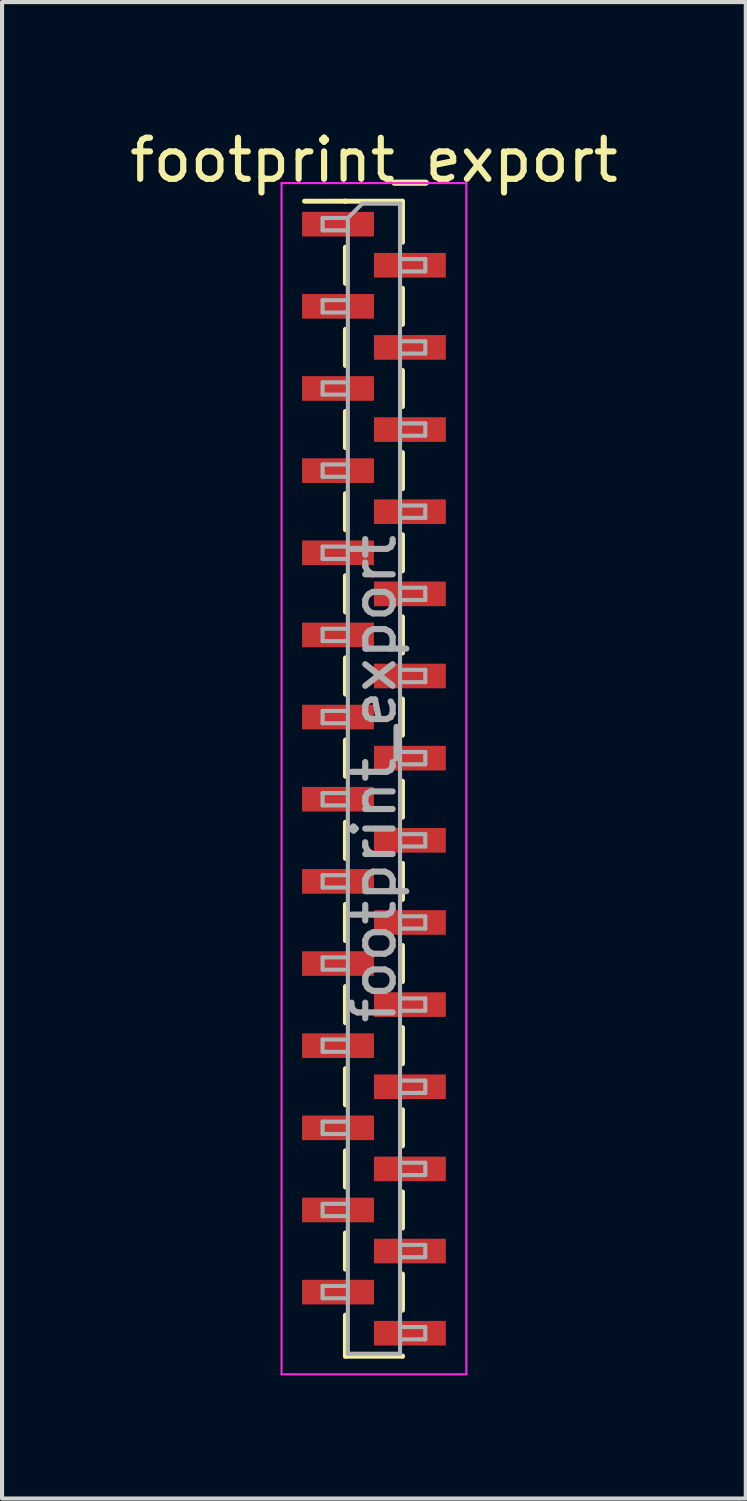
<source format=kicad_pcb>
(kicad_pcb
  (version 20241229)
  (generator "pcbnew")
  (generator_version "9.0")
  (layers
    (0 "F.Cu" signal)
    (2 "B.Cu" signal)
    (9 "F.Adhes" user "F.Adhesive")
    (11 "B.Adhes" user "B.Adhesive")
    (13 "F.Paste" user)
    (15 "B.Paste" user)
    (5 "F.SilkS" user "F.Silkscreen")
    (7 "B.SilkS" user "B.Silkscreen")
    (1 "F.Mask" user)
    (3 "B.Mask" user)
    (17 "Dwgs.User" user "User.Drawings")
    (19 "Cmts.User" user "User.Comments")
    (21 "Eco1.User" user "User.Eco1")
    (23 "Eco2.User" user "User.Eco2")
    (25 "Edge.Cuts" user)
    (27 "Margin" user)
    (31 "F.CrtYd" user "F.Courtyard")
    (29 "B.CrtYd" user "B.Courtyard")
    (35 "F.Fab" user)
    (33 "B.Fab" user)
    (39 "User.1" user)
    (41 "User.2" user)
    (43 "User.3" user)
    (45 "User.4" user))
  (footprint "footprint_export"
    (layer "F.Cu")
    (at 6.054 15.908)
    (property "Reference" "footprint_export" (at 0 -15.06 0) (layer "F.SilkS") (effects (font (size 1 1) (thickness 0.15))))
    (attr smd)
    (fp_line (start -0.695 -14.06) (end -1.69 -14.06) (stroke (width 0.12) (type solid)) (layer "F.SilkS"))
    (fp_line (start -0.695 -14.06) (end -0.695 -14.06) (stroke (width 0.12) (type solid)) (layer "F.SilkS"))
    (fp_line (start -0.695 -14.06) (end 0.695 -14.06) (stroke (width 0.12) (type solid)) (layer "F.SilkS"))
    (fp_line (start -0.695 -12.94) (end -0.695 -12.06) (stroke (width 0.12) (type solid)) (layer "F.SilkS"))
    (fp_line (start -0.695 -10.94) (end -0.695 -10.06) (stroke (width 0.12) (type solid)) (layer "F.SilkS"))
    (fp_line (start -0.695 -8.94) (end -0.695 -8.06) (stroke (width 0.12) (type solid)) (layer "F.SilkS"))
    (fp_line (start -0.695 -6.94) (end -0.695 -6.06) (stroke (width 0.12) (type solid)) (layer "F.SilkS"))
    (fp_line (start -0.695 -4.94) (end -0.695 -4.06) (stroke (width 0.12) (type solid)) (layer "F.SilkS"))
    (fp_line (start -0.695 -2.94) (end -0.695 -2.06) (stroke (width 0.12) (type solid)) (layer "F.SilkS"))
    (fp_line (start -0.695 -0.94) (end -0.695 -0.06) (stroke (width 0.12) (type solid)) (layer "F.SilkS"))
    (fp_line (start -0.695 1.06) (end -0.695 1.94) (stroke (width 0.12) (type solid)) (layer "F.SilkS"))
    (fp_line (start -0.695 3.06) (end -0.695 3.94) (stroke (width 0.12) (type solid)) (layer "F.SilkS"))
    (fp_line (start -0.695 5.06) (end -0.695 5.94) (stroke (width 0.12) (type solid)) (layer "F.SilkS"))
    (fp_line (start -0.695 7.06) (end -0.695 7.94) (stroke (width 0.12) (type solid)) (layer "F.SilkS"))
    (fp_line (start -0.695 9.06) (end -0.695 9.94) (stroke (width 0.12) (type solid)) (layer "F.SilkS"))
    (fp_line (start -0.695 11.06) (end -0.695 11.94) (stroke (width 0.12) (type solid)) (layer "F.SilkS"))
    (fp_line (start -0.695 13.06) (end -0.695 14.06) (stroke (width 0.12) (type solid)) (layer "F.SilkS"))
    (fp_line (start -0.695 14.06) (end 0.695 14.06) (stroke (width 0.12) (type solid)) (layer "F.SilkS"))
    (fp_line (start 0.695 -14.06) (end 0.695 -13.06) (stroke (width 0.12) (type solid)) (layer "F.SilkS"))
    (fp_line (start 0.695 -11.94) (end 0.695 -11.06) (stroke (width 0.12) (type solid)) (layer "F.SilkS"))
    (fp_line (start 0.695 -9.94) (end 0.695 -9.06) (stroke (width 0.12) (type solid)) (layer "F.SilkS"))
    (fp_line (start 0.695 -7.94) (end 0.695 -7.06) (stroke (width 0.12) (type solid)) (layer "F.SilkS"))
    (fp_line (start 0.695 -5.94) (end 0.695 -5.06) (stroke (width 0.12) (type solid)) (layer "F.SilkS"))
    (fp_line (start 0.695 -3.94) (end 0.695 -3.06) (stroke (width 0.12) (type solid)) (layer "F.SilkS"))
    (fp_line (start 0.695 -1.94) (end 0.695 -1.06) (stroke (width 0.12) (type solid)) (layer "F.SilkS"))
    (fp_line (start 0.695 0.06) (end 0.695 0.94) (stroke (width 0.12) (type solid)) (layer "F.SilkS"))
    (fp_line (start 0.695 2.06) (end 0.695 2.94) (stroke (width 0.12) (type solid)) (layer "F.SilkS"))
    (fp_line (start 0.695 4.06) (end 0.695 4.94) (stroke (width 0.12) (type solid)) (layer "F.SilkS"))
    (fp_line (start 0.695 6.06) (end 0.695 6.94) (stroke (width 0.12) (type solid)) (layer "F.SilkS"))
    (fp_line (start 0.695 8.06) (end 0.695 8.94) (stroke (width 0.12) (type solid)) (layer "F.SilkS"))
    (fp_line (start 0.695 10.06) (end 0.695 10.94) (stroke (width 0.12) (type solid)) (layer "F.SilkS"))
    (fp_line (start 0.695 12.06) (end 0.695 12.94) (stroke (width 0.12) (type solid)) (layer "F.SilkS"))
    (fp_line (start 0.695 14.06) (end 0.695 14.06) (stroke (width 0.12) (type solid)) (layer "F.SilkS"))
    (fp_line (start -2.25 -14.5) (end -2.25 14.5) (stroke (width 0.05) (type solid)) (layer "F.CrtYd"))
    (fp_line (start -2.25 14.5) (end 2.25 14.5) (stroke (width 0.05) (type solid)) (layer "F.CrtYd"))
    (fp_line (start 2.25 -14.5) (end -2.25 -14.5) (stroke (width 0.05) (type solid)) (layer "F.CrtYd"))
    (fp_line (start 2.25 14.5) (end 2.25 -14.5) (stroke (width 0.05) (type solid)) (layer "F.CrtYd"))
    (fp_line (start -1.25 -13.65) (end -1.25 -13.35) (stroke (width 0.1) (type solid)) (layer "F.Fab"))
    (fp_line (start -1.25 -13.35) (end -0.635 -13.35) (stroke (width 0.1) (type solid)) (layer "F.Fab"))
    (fp_line (start -1.25 -11.65) (end -1.25 -11.35) (stroke (width 0.1) (type solid)) (layer "F.Fab"))
    (fp_line (start -1.25 -11.35) (end -0.635 -11.35) (stroke (width 0.1) (type solid)) (layer "F.Fab"))
    (fp_line (start -1.25 -9.65) (end -1.25 -9.35) (stroke (width 0.1) (type solid)) (layer "F.Fab"))
    (fp_line (start -1.25 -9.35) (end -0.635 -9.35) (stroke (width 0.1) (type solid)) (layer "F.Fab"))
    (fp_line (start -1.25 -7.65) (end -1.25 -7.35) (stroke (width 0.1) (type solid)) (layer "F.Fab"))
    (fp_line (start -1.25 -7.35) (end -0.635 -7.35) (stroke (width 0.1) (type solid)) (layer "F.Fab"))
    (fp_line (start -1.25 -5.65) (end -1.25 -5.35) (stroke (width 0.1) (type solid)) (layer "F.Fab"))
    (fp_line (start -1.25 -5.35) (end -0.635 -5.35) (stroke (width 0.1) (type solid)) (layer "F.Fab"))
    (fp_line (start -1.25 -3.65) (end -1.25 -3.35) (stroke (width 0.1) (type solid)) (layer "F.Fab"))
    (fp_line (start -1.25 -3.35) (end -0.635 -3.35) (stroke (width 0.1) (type solid)) (layer "F.Fab"))
    (fp_line (start -1.25 -1.65) (end -1.25 -1.35) (stroke (width 0.1) (type solid)) (layer "F.Fab"))
    (fp_line (start -1.25 -1.35) (end -0.635 -1.35) (stroke (width 0.1) (type solid)) (layer "F.Fab"))
    (fp_line (start -1.25 0.35) (end -1.25 0.65) (stroke (width 0.1) (type solid)) (layer "F.Fab"))
    (fp_line (start -1.25 0.65) (end -0.635 0.65) (stroke (width 0.1) (type solid)) (layer "F.Fab"))
    (fp_line (start -1.25 2.35) (end -1.25 2.65) (stroke (width 0.1) (type solid)) (layer "F.Fab"))
    (fp_line (start -1.25 2.65) (end -0.635 2.65) (stroke (width 0.1) (type solid)) (layer "F.Fab"))
    (fp_line (start -1.25 4.35) (end -1.25 4.65) (stroke (width 0.1) (type solid)) (layer "F.Fab"))
    (fp_line (start -1.25 4.65) (end -0.635 4.65) (stroke (width 0.1) (type solid)) (layer "F.Fab"))
    (fp_line (start -1.25 6.35) (end -1.25 6.65) (stroke (width 0.1) (type solid)) (layer "F.Fab"))
    (fp_line (start -1.25 6.65) (end -0.635 6.65) (stroke (width 0.1) (type solid)) (layer "F.Fab"))
    (fp_line (start -1.25 8.35) (end -1.25 8.65) (stroke (width 0.1) (type solid)) (layer "F.Fab"))
    (fp_line (start -1.25 8.65) (end -0.635 8.65) (stroke (width 0.1) (type solid)) (layer "F.Fab"))
    (fp_line (start -1.25 10.35) (end -1.25 10.65) (stroke (width 0.1) (type solid)) (layer "F.Fab"))
    (fp_line (start -1.25 10.65) (end -0.635 10.65) (stroke (width 0.1) (type solid)) (layer "F.Fab"))
    (fp_line (start -1.25 12.35) (end -1.25 12.65) (stroke (width 0.1) (type solid)) (layer "F.Fab"))
    (fp_line (start -1.25 12.65) (end -0.635 12.65) (stroke (width 0.1) (type solid)) (layer "F.Fab"))
    (fp_line (start -0.635 -13.65) (end -1.25 -13.65) (stroke (width 0.1) (type solid)) (layer "F.Fab"))
    (fp_line (start -0.635 -13.65) (end -0.285 -14) (stroke (width 0.1) (type solid)) (layer "F.Fab"))
    (fp_line (start -0.635 -11.65) (end -1.25 -11.65) (stroke (width 0.1) (type solid)) (layer "F.Fab"))
    (fp_line (start -0.635 -9.65) (end -1.25 -9.65) (stroke (width 0.1) (type solid)) (layer "F.Fab"))
    (fp_line (start -0.635 -7.65) (end -1.25 -7.65) (stroke (width 0.1) (type solid)) (layer "F.Fab"))
    (fp_line (start -0.635 -5.65) (end -1.25 -5.65) (stroke (width 0.1) (type solid)) (layer "F.Fab"))
    (fp_line (start -0.635 -3.65) (end -1.25 -3.65) (stroke (width 0.1) (type solid)) (layer "F.Fab"))
    (fp_line (start -0.635 -1.65) (end -1.25 -1.65) (stroke (width 0.1) (type solid)) (layer "F.Fab"))
    (fp_line (start -0.635 0.35) (end -1.25 0.35) (stroke (width 0.1) (type solid)) (layer "F.Fab"))
    (fp_line (start -0.635 2.35) (end -1.25 2.35) (stroke (width 0.1) (type solid)) (layer "F.Fab"))
    (fp_line (start -0.635 4.35) (end -1.25 4.35) (stroke (width 0.1) (type solid)) (layer "F.Fab"))
    (fp_line (start -0.635 6.35) (end -1.25 6.35) (stroke (width 0.1) (type solid)) (layer "F.Fab"))
    (fp_line (start -0.635 8.35) (end -1.25 8.35) (stroke (width 0.1) (type solid)) (layer "F.Fab"))
    (fp_line (start -0.635 10.35) (end -1.25 10.35) (stroke (width 0.1) (type solid)) (layer "F.Fab"))
    (fp_line (start -0.635 12.35) (end -1.25 12.35) (stroke (width 0.1) (type solid)) (layer "F.Fab"))
    (fp_line (start -0.635 14) (end -0.635 -13.65) (stroke (width 0.1) (type solid)) (layer "F.Fab"))
    (fp_line (start -0.285 -14) (end 0.635 -14) (stroke (width 0.1) (type solid)) (layer "F.Fab"))
    (fp_line (start 0.635 -14) (end 0.635 14) (stroke (width 0.1) (type solid)) (layer "F.Fab"))
    (fp_line (start 0.635 -12.65) (end 1.25 -12.65) (stroke (width 0.1) (type solid)) (layer "F.Fab"))
    (fp_line (start 0.635 -10.65) (end 1.25 -10.65) (stroke (width 0.1) (type solid)) (layer "F.Fab"))
    (fp_line (start 0.635 -8.65) (end 1.25 -8.65) (stroke (width 0.1) (type solid)) (layer "F.Fab"))
    (fp_line (start 0.635 -6.65) (end 1.25 -6.65) (stroke (width 0.1) (type solid)) (layer "F.Fab"))
    (fp_line (start 0.635 -4.65) (end 1.25 -4.65) (stroke (width 0.1) (type solid)) (layer "F.Fab"))
    (fp_line (start 0.635 -2.65) (end 1.25 -2.65) (stroke (width 0.1) (type solid)) (layer "F.Fab"))
    (fp_line (start 0.635 -0.65) (end 1.25 -0.65) (stroke (width 0.1) (type solid)) (layer "F.Fab"))
    (fp_line (start 0.635 1.35) (end 1.25 1.35) (stroke (width 0.1) (type solid)) (layer "F.Fab"))
    (fp_line (start 0.635 3.35) (end 1.25 3.35) (stroke (width 0.1) (type solid)) (layer "F.Fab"))
    (fp_line (start 0.635 5.35) (end 1.25 5.35) (stroke (width 0.1) (type solid)) (layer "F.Fab"))
    (fp_line (start 0.635 7.35) (end 1.25 7.35) (stroke (width 0.1) (type solid)) (layer "F.Fab"))
    (fp_line (start 0.635 9.35) (end 1.25 9.35) (stroke (width 0.1) (type solid)) (layer "F.Fab"))
    (fp_line (start 0.635 11.35) (end 1.25 11.35) (stroke (width 0.1) (type solid)) (layer "F.Fab"))
    (fp_line (start 0.635 13.35) (end 1.25 13.35) (stroke (width 0.1) (type solid)) (layer "F.Fab"))
    (fp_line (start 0.635 14) (end -0.635 14) (stroke (width 0.1) (type solid)) (layer "F.Fab"))
    (fp_line (start 1.25 -12.65) (end 1.25 -12.35) (stroke (width 0.1) (type solid)) (layer "F.Fab"))
    (fp_line (start 1.25 -12.35) (end 0.635 -12.35) (stroke (width 0.1) (type solid)) (layer "F.Fab"))
    (fp_line (start 1.25 -10.65) (end 1.25 -10.35) (stroke (width 0.1) (type solid)) (layer "F.Fab"))
    (fp_line (start 1.25 -10.35) (end 0.635 -10.35) (stroke (width 0.1) (type solid)) (layer "F.Fab"))
    (fp_line (start 1.25 -8.65) (end 1.25 -8.35) (stroke (width 0.1) (type solid)) (layer "F.Fab"))
    (fp_line (start 1.25 -8.35) (end 0.635 -8.35) (stroke (width 0.1) (type solid)) (layer "F.Fab"))
    (fp_line (start 1.25 -6.65) (end 1.25 -6.35) (stroke (width 0.1) (type solid)) (layer "F.Fab"))
    (fp_line (start 1.25 -6.35) (end 0.635 -6.35) (stroke (width 0.1) (type solid)) (layer "F.Fab"))
    (fp_line (start 1.25 -4.65) (end 1.25 -4.35) (stroke (width 0.1) (type solid)) (layer "F.Fab"))
    (fp_line (start 1.25 -4.35) (end 0.635 -4.35) (stroke (width 0.1) (type solid)) (layer "F.Fab"))
    (fp_line (start 1.25 -2.65) (end 1.25 -2.35) (stroke (width 0.1) (type solid)) (layer "F.Fab"))
    (fp_line (start 1.25 -2.35) (end 0.635 -2.35) (stroke (width 0.1) (type solid)) (layer "F.Fab"))
    (fp_line (start 1.25 -0.65) (end 1.25 -0.35) (stroke (width 0.1) (type solid)) (layer "F.Fab"))
    (fp_line (start 1.25 -0.35) (end 0.635 -0.35) (stroke (width 0.1) (type solid)) (layer "F.Fab"))
    (fp_line (start 1.25 1.35) (end 1.25 1.65) (stroke (width 0.1) (type solid)) (layer "F.Fab"))
    (fp_line (start 1.25 1.65) (end 0.635 1.65) (stroke (width 0.1) (type solid)) (layer "F.Fab"))
    (fp_line (start 1.25 3.35) (end 1.25 3.65) (stroke (width 0.1) (type solid)) (layer "F.Fab"))
    (fp_line (start 1.25 3.65) (end 0.635 3.65) (stroke (width 0.1) (type solid)) (layer "F.Fab"))
    (fp_line (start 1.25 5.35) (end 1.25 5.65) (stroke (width 0.1) (type solid)) (layer "F.Fab"))
    (fp_line (start 1.25 5.65) (end 0.635 5.65) (stroke (width 0.1) (type solid)) (layer "F.Fab"))
    (fp_line (start 1.25 7.35) (end 1.25 7.65) (stroke (width 0.1) (type solid)) (layer "F.Fab"))
    (fp_line (start 1.25 7.65) (end 0.635 7.65) (stroke (width 0.1) (type solid)) (layer "F.Fab"))
    (fp_line (start 1.25 9.35) (end 1.25 9.65) (stroke (width 0.1) (type solid)) (layer "F.Fab"))
    (fp_line (start 1.25 9.65) (end 0.635 9.65) (stroke (width 0.1) (type solid)) (layer "F.Fab"))
    (fp_line (start 1.25 11.35) (end 1.25 11.65) (stroke (width 0.1) (type solid)) (layer "F.Fab"))
    (fp_line (start 1.25 11.65) (end 0.635 11.65) (stroke (width 0.1) (type solid)) (layer "F.Fab"))
    (fp_line (start 1.25 13.35) (end 1.25 13.65) (stroke (width 0.1) (type solid)) (layer "F.Fab"))
    (fp_line (start 1.25 13.65) (end 0.635 13.65) (stroke (width 0.1) (type solid)) (layer "F.Fab"))
    (fp_text user "${REFERENCE}" (at 0 0 90) (layer "F.Fab") (effects (font (size 1 1) (thickness 0.15))))
    (pad "1" smd rect (at -0.875 -13.5) (size 1.75 0.6) (layers "F.Cu" "F.Mask" "F.Paste"))
    (pad "2" smd rect (at 0.875 -12.5) (size 1.75 0.6) (layers "F.Cu" "F.Mask" "F.Paste"))
    (pad "3" smd rect (at -0.875 -11.5) (size 1.75 0.6) (layers "F.Cu" "F.Mask" "F.Paste"))
    (pad "4" smd rect (at 0.875 -10.5) (size 1.75 0.6) (layers "F.Cu" "F.Mask" "F.Paste"))
    (pad "5" smd rect (at -0.875 -9.5) (size 1.75 0.6) (layers "F.Cu" "F.Mask" "F.Paste"))
    (pad "6" smd rect (at 0.875 -8.5) (size 1.75 0.6) (layers "F.Cu" "F.Mask" "F.Paste"))
    (pad "7" smd rect (at -0.875 -7.5) (size 1.75 0.6) (layers "F.Cu" "F.Mask" "F.Paste"))
    (pad "8" smd rect (at 0.875 -6.5) (size 1.75 0.6) (layers "F.Cu" "F.Mask" "F.Paste"))
    (pad "9" smd rect (at -0.875 -5.5) (size 1.75 0.6) (layers "F.Cu" "F.Mask" "F.Paste"))
    (pad "10" smd rect (at 0.875 -4.5) (size 1.75 0.6) (layers "F.Cu" "F.Mask" "F.Paste"))
    (pad "11" smd rect (at -0.875 -3.5) (size 1.75 0.6) (layers "F.Cu" "F.Mask" "F.Paste"))
    (pad "12" smd rect (at 0.875 -2.5) (size 1.75 0.6) (layers "F.Cu" "F.Mask" "F.Paste"))
    (pad "13" smd rect (at -0.875 -1.5) (size 1.75 0.6) (layers "F.Cu" "F.Mask" "F.Paste"))
    (pad "14" smd rect (at 0.875 -0.5) (size 1.75 0.6) (layers "F.Cu" "F.Mask" "F.Paste"))
    (pad "15" smd rect (at -0.875 0.5) (size 1.75 0.6) (layers "F.Cu" "F.Mask" "F.Paste"))
    (pad "16" smd rect (at 0.875 1.5) (size 1.75 0.6) (layers "F.Cu" "F.Mask" "F.Paste"))
    (pad "17" smd rect (at -0.875 2.5) (size 1.75 0.6) (layers "F.Cu" "F.Mask" "F.Paste"))
    (pad "18" smd rect (at 0.875 3.5) (size 1.75 0.6) (layers "F.Cu" "F.Mask" "F.Paste"))
    (pad "19" smd rect (at -0.875 4.5) (size 1.75 0.6) (layers "F.Cu" "F.Mask" "F.Paste"))
    (pad "20" smd rect (at 0.875 5.5) (size 1.75 0.6) (layers "F.Cu" "F.Mask" "F.Paste"))
    (pad "21" smd rect (at -0.875 6.5) (size 1.75 0.6) (layers "F.Cu" "F.Mask" "F.Paste"))
    (pad "22" smd rect (at 0.875 7.5) (size 1.75 0.6) (layers "F.Cu" "F.Mask" "F.Paste"))
    (pad "23" smd rect (at -0.875 8.5) (size 1.75 0.6) (layers "F.Cu" "F.Mask" "F.Paste"))
    (pad "24" smd rect (at 0.875 9.5) (size 1.75 0.6) (layers "F.Cu" "F.Mask" "F.Paste"))
    (pad "25" smd rect (at -0.875 10.5) (size 1.75 0.6) (layers "F.Cu" "F.Mask" "F.Paste"))
    (pad "26" smd rect (at 0.875 11.5) (size 1.75 0.6) (layers "F.Cu" "F.Mask" "F.Paste"))
    (pad "27" smd rect (at -0.875 12.5) (size 1.75 0.6) (layers "F.Cu" "F.Mask" "F.Paste"))
    (pad "28" smd rect (at 0.875 13.5) (size 1.75 0.6) (layers "F.Cu" "F.Mask" "F.Paste")))
  (gr_rect
    (start -3 -3)
    (end 15.107 33.433)
    (stroke (width 0.1) (type default))
    (fill no)
    (layer "Edge.Cuts")))
</source>
